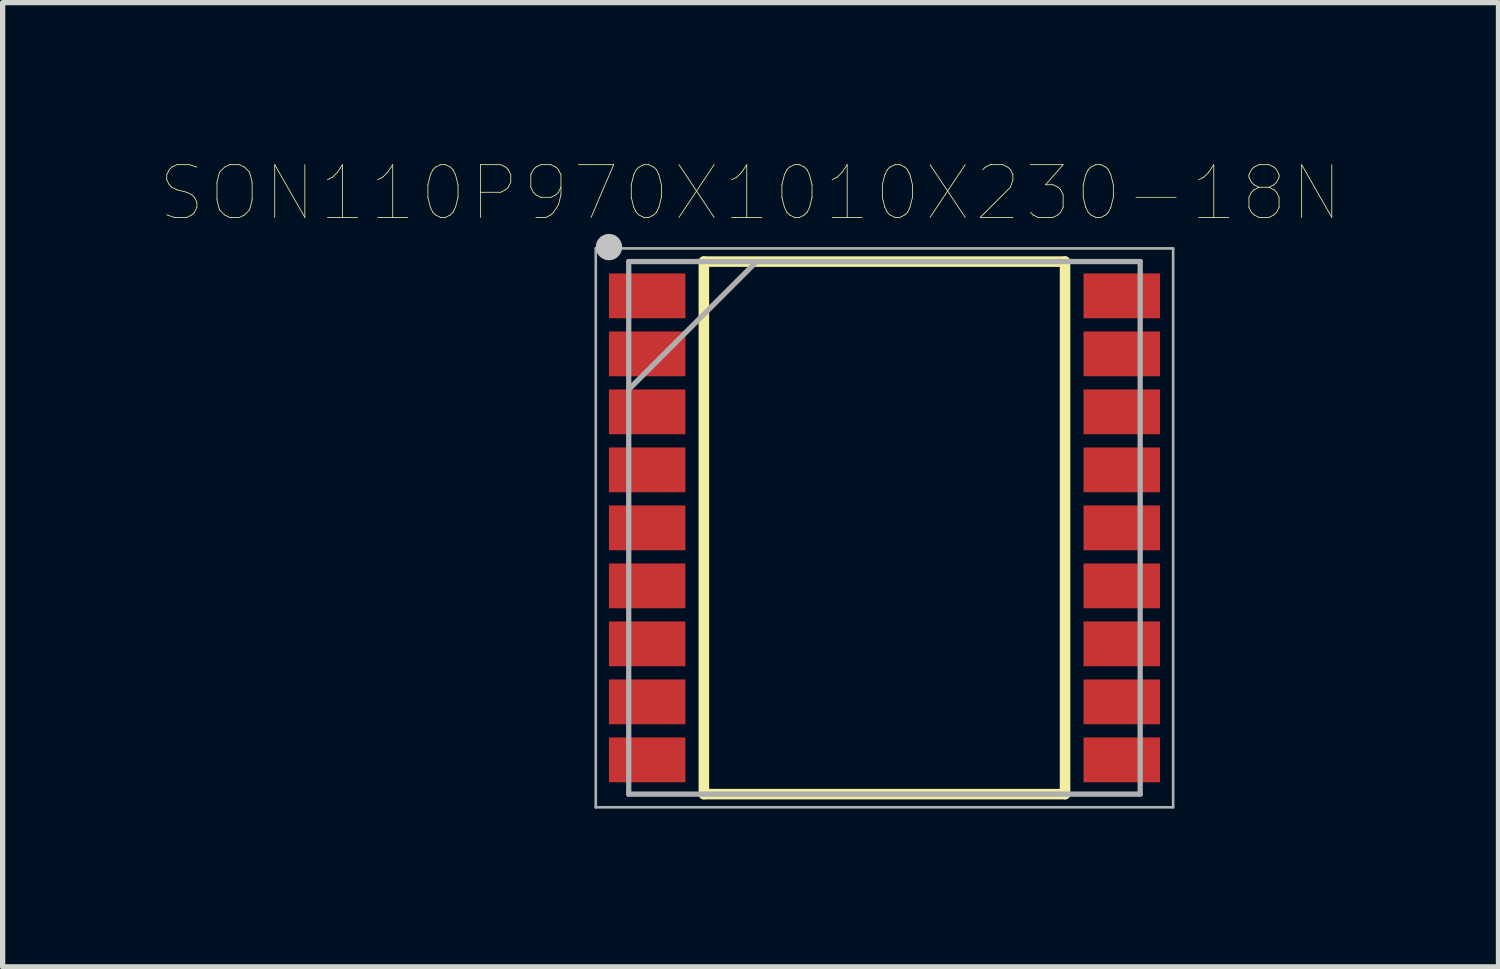
<source format=kicad_pcb>
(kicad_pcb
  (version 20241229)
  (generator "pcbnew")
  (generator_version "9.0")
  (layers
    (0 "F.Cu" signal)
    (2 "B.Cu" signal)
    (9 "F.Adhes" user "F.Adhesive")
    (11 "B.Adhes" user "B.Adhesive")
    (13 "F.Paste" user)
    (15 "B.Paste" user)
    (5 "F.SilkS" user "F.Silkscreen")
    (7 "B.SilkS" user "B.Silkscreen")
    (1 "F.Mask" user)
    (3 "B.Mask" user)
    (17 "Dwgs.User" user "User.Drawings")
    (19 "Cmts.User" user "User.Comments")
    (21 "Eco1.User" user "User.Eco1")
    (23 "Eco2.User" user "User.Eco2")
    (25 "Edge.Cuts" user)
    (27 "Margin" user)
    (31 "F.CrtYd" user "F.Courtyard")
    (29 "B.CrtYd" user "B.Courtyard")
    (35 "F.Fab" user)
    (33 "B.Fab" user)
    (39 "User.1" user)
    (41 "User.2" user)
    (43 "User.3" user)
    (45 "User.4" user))
  (footprint "SON110P970X1010X230-18N"
    (layer "F.Cu")
    (at 13.724 6.961)
    (property "Reference" "SON110P970X1010X230-18N" (at -2.54 -6.35 0) (layer "F.SilkS") (effects (font (size 1 1) (thickness 0.015))))
    (attr through_hole)
    (fp_line (start -3.425 -5.05) (end 3.425 -5.05) (stroke (width 0.2) (type solid)) (layer "F.SilkS"))
    (fp_line (start -3.425 5.05) (end -3.425 -5.05) (stroke (width 0.2) (type solid)) (layer "F.SilkS"))
    (fp_line (start 3.425 -5.05) (end 3.425 5.05) (stroke (width 0.2) (type solid)) (layer "F.SilkS"))
    (fp_line (start 3.425 5.05) (end -3.425 5.05) (stroke (width 0.2) (type solid)) (layer "F.SilkS"))
    (fp_circle (center -5.225 -5.325) (end -5.1 -5.325) (stroke (width 0.25) (type solid)) (fill no) (layer "Dwgs.User"))
    (fp_line (start -5.475 -5.3) (end 5.475 -5.3) (stroke (width 0.05) (type solid)) (layer "F.Fab"))
    (fp_line (start -5.475 5.3) (end -5.475 -5.3) (stroke (width 0.05) (type solid)) (layer "F.Fab"))
    (fp_line (start -4.85 -5.05) (end 4.85 -5.05) (stroke (width 0.1) (type solid)) (layer "F.Fab"))
    (fp_line (start -4.85 -2.625) (end -2.425 -5.05) (stroke (width 0.1) (type solid)) (layer "F.Fab"))
    (fp_line (start -4.85 5.05) (end -4.85 -5.05) (stroke (width 0.1) (type solid)) (layer "F.Fab"))
    (fp_line (start 4.85 -5.05) (end 4.85 5.05) (stroke (width 0.1) (type solid)) (layer "F.Fab"))
    (fp_line (start 4.85 5.05) (end -4.85 5.05) (stroke (width 0.1) (type solid)) (layer "F.Fab"))
    (fp_line (start 5.475 -5.3) (end 5.475 5.3) (stroke (width 0.05) (type solid)) (layer "F.Fab"))
    (fp_line (start 5.475 5.3) (end -5.475 5.3) (stroke (width 0.05) (type solid)) (layer "F.Fab"))
    (pad "1" smd rect (at -4.5 -4.4) (size 1.45 0.85) (layers "F.Cu" "F.Mask" "F.Paste"))
    (pad "2" smd rect (at -4.5 -3.3) (size 1.45 0.85) (layers "F.Cu" "F.Mask" "F.Paste"))
    (pad "3" smd rect (at -4.5 -2.2) (size 1.45 0.85) (layers "F.Cu" "F.Mask" "F.Paste"))
    (pad "4" smd rect (at -4.5 -1.1) (size 1.45 0.85) (layers "F.Cu" "F.Mask" "F.Paste"))
    (pad "5" smd rect (at -4.5 0) (size 1.45 0.85) (layers "F.Cu" "F.Mask" "F.Paste"))
    (pad "6" smd rect (at -4.5 1.1) (size 1.45 0.85) (layers "F.Cu" "F.Mask" "F.Paste"))
    (pad "7" smd rect (at -4.5 2.2) (size 1.45 0.85) (layers "F.Cu" "F.Mask" "F.Paste"))
    (pad "8" smd rect (at -4.5 3.3) (size 1.45 0.85) (layers "F.Cu" "F.Mask" "F.Paste"))
    (pad "9" smd rect (at -4.5 4.4) (size 1.45 0.85) (layers "F.Cu" "F.Mask" "F.Paste"))
    (pad "10" smd rect (at 4.5 4.4) (size 1.45 0.85) (layers "F.Cu" "F.Mask" "F.Paste"))
    (pad "11" smd rect (at 4.5 3.3) (size 1.45 0.85) (layers "F.Cu" "F.Mask" "F.Paste"))
    (pad "12" smd rect (at 4.5 2.2) (size 1.45 0.85) (layers "F.Cu" "F.Mask" "F.Paste"))
    (pad "13" smd rect (at 4.5 1.1) (size 1.45 0.85) (layers "F.Cu" "F.Mask" "F.Paste"))
    (pad "14" smd rect (at 4.5 0) (size 1.45 0.85) (layers "F.Cu" "F.Mask" "F.Paste"))
    (pad "15" smd rect (at 4.5 -1.1) (size 1.45 0.85) (layers "F.Cu" "F.Mask" "F.Paste"))
    (pad "16" smd rect (at 4.5 -2.2) (size 1.45 0.85) (layers "F.Cu" "F.Mask" "F.Paste"))
    (pad "17" smd rect (at 4.5 -3.3) (size 1.45 0.85) (layers "F.Cu" "F.Mask" "F.Paste"))
    (pad "18" smd rect (at 4.5 -4.4) (size 1.45 0.85) (layers "F.Cu" "F.Mask" "F.Paste")))
  (gr_rect
    (start -3 -3)
    (end 25.369 15.286)
    (stroke (width 0.1) (type default))
    (fill no)
    (layer "Edge.Cuts")))
</source>
